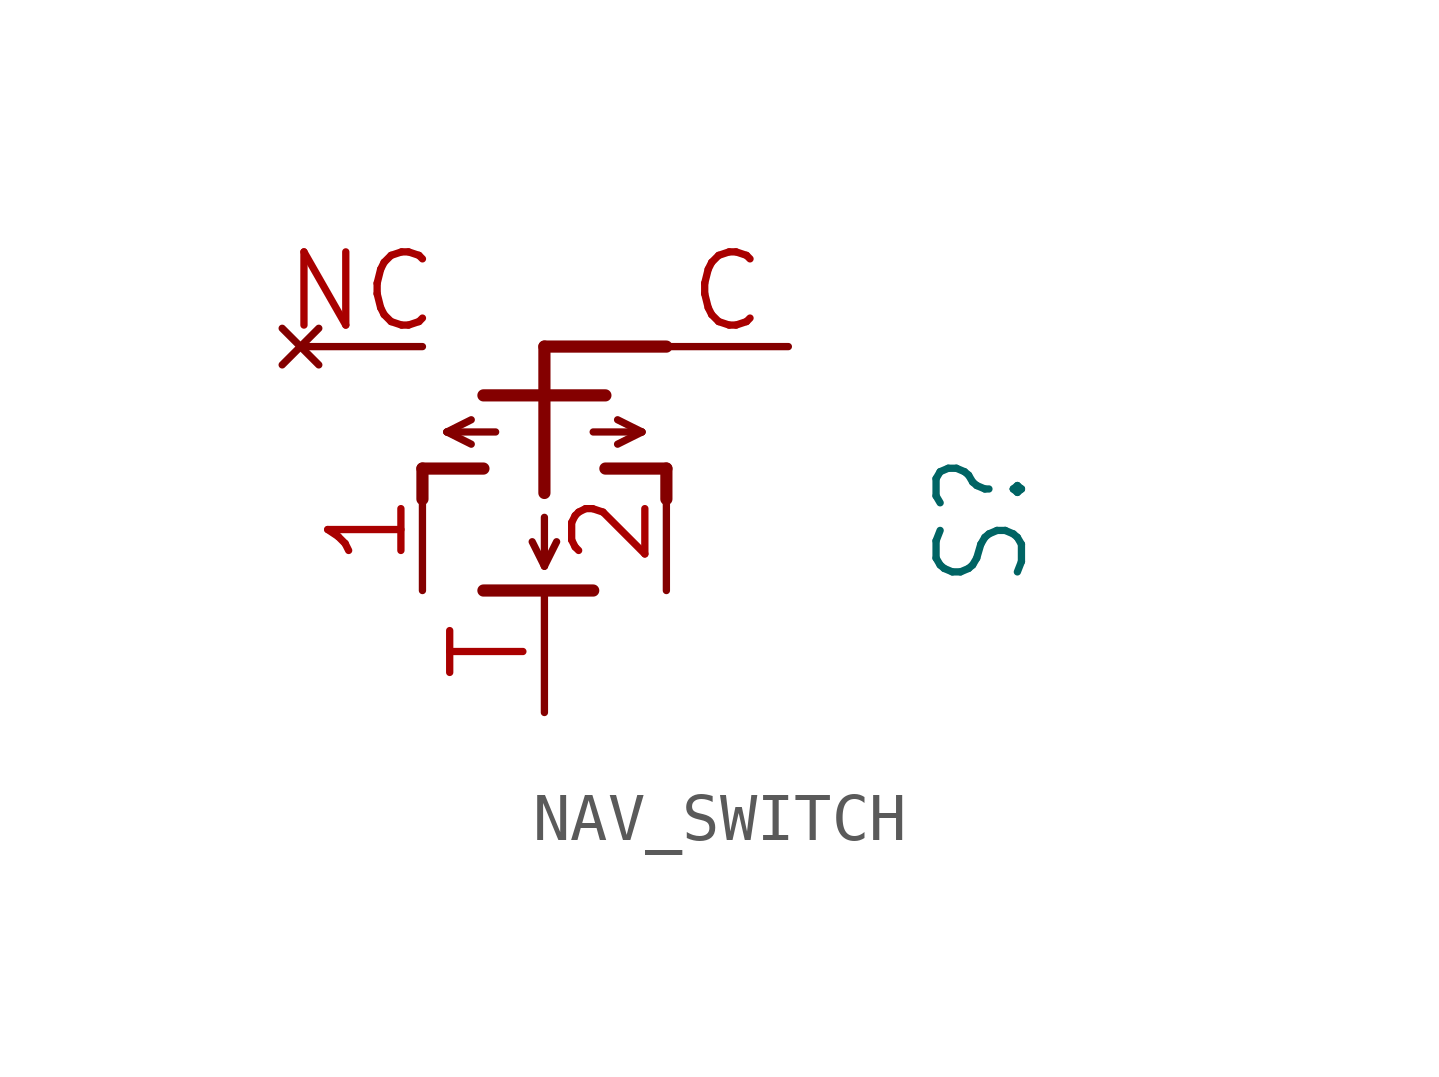
<source format=kicad_sym>
(kicad_symbol_lib
  (version 20241209)
  (generator "kicad_symbol_editor")
  (generator_version "9.0")
  (symbol "NAV_SWITCH"
    (property "Reference" "S"
      (at 10.16 -2.54 90)
      (effects (font (size 1.778 1.511)) (justify left bottom)))
    (property "Value" ""
      (at 12.7 -2.54 90)
      (effects (font (size 1.778 1.511)) (justify left bottom)))
    (property "ki_locked" ""
      (at 0 0 0)
      (effects (font (size 1.27 1.27))))
    (symbol "NAV_SWITCH_1_0"
      (polyline (pts (xy -2.54 0) (xy -2.54 -0.635)) (stroke (width 0.254) (type solid)) (fill (type none)))
      (polyline (pts (xy -2.032 0.762) (xy -1.524 1.016)) (stroke (width 0.152) (type solid)) (fill (type none)))
      (polyline (pts (xy -2.032 0.762) (xy -1.524 0.508)) (stroke (width 0.152) (type solid)) (fill (type none)))
      (polyline (pts (xy -2.032 0.762) (xy -1.016 0.762)) (stroke (width 0.152) (type solid)) (fill (type none)))
      (polyline (pts (xy -1.27 1.524) (xy 1.27 1.524)) (stroke (width 0.254) (type solid)) (fill (type none)))
      (polyline (pts (xy -1.27 0) (xy -2.54 0)) (stroke (width 0.254) (type solid)) (fill (type none)))
      (polyline (pts (xy 0 2.54) (xy 0 -0.508)) (stroke (width 0.254) (type solid)) (fill (type none)))
      (polyline (pts (xy 0 2.54) (xy 2.54 2.54)) (stroke (width 0.254) (type solid)) (fill (type none)))
      (polyline (pts (xy 0 -2.032) (xy -0.254 -1.524)) (stroke (width 0.152) (type solid)) (fill (type none)))
      (polyline (pts (xy 0 -2.032) (xy 0 -1.016)) (stroke (width 0.152) (type solid)) (fill (type none)))
      (polyline (pts (xy 0 -2.032) (xy 0.254 -1.524)) (stroke (width 0.152) (type solid)) (fill (type none)))
      (polyline (pts (xy 1.016 -2.54) (xy -1.27 -2.54)) (stroke (width 0.254) (type solid)) (fill (type none)))
      (polyline (pts (xy 2.032 0.762) (xy 1.016 0.762)) (stroke (width 0.152) (type solid)) (fill (type none)))
      (polyline (pts (xy 2.032 0.762) (xy 1.524 1.016)) (stroke (width 0.152) (type solid)) (fill (type none)))
      (polyline (pts (xy 2.032 0.762) (xy 1.524 0.508)) (stroke (width 0.152) (type solid)) (fill (type none)))
      (polyline (pts (xy 2.54 0) (xy 1.27 0)) (stroke (width 0.254) (type solid)) (fill (type none)))
      (polyline (pts (xy 2.54 0) (xy 2.54 -0.635)) (stroke (width 0.254) (type solid)) (fill (type none)))
      (pin no_connect line (at -5.08 2.54 0) (length 2.54) (name "NC" (effects (font (size 0 0)))) (number "NC" (effects (font (size 1.524 1.524)))))
      (pin passive line (at -2.54 -2.54 90) (length 2.54) (name "1" (effects (font (size 0 0)))) (number "1" (effects (font (size 1.524 1.524)))))
      (pin passive line (at 0 -5.08 90) (length 2.54) (name "T" (effects (font (size 0 0)))) (number "T" (effects (font (size 1.524 1.524)))))
      (pin passive line (at 2.54 -2.54 90) (length 2.54) (name "2" (effects (font (size 0 0)))) (number "2" (effects (font (size 1.524 1.524)))))
      (pin passive line (at 5.08 2.54 180) (length 2.54) (name "C" (effects (font (size 0 0)))) (number "C" (effects (font (size 1.524 1.524))))))))
</source>
